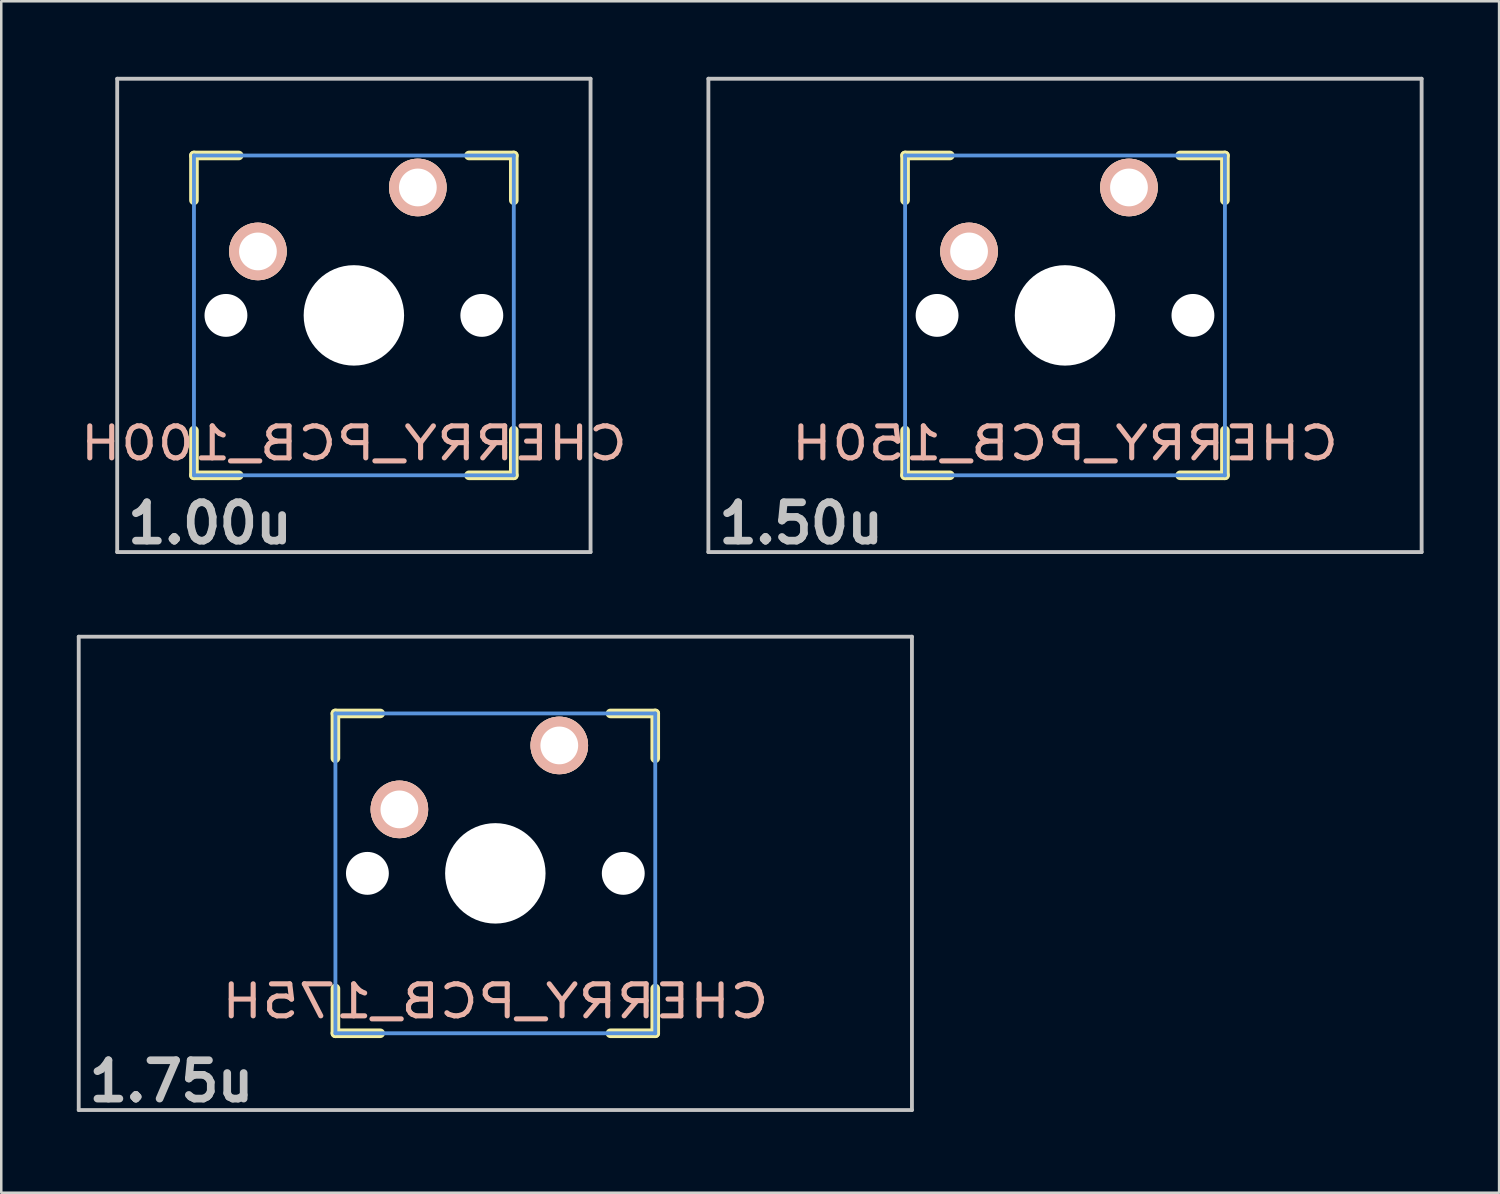
<source format=kicad_pcb>
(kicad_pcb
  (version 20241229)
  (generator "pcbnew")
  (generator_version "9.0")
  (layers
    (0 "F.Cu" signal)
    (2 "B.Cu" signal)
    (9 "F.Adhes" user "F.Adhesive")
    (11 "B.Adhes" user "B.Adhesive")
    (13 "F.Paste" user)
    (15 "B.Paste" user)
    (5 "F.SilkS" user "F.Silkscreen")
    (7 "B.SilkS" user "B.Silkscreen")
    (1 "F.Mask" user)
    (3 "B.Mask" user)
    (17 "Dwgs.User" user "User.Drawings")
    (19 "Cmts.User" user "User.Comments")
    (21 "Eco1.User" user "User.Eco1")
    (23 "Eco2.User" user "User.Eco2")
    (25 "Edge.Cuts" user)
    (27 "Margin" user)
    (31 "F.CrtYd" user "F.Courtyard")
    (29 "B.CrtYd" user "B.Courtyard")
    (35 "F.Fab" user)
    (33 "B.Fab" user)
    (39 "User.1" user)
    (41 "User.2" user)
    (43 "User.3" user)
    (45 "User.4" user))
  (footprint "CHERRY_PCB_150H"
    (layer "F.Cu")
    (at 39.24 9.474)
    (property "Reference" "CHERRY_PCB_150H" (at 0 5.08 0) (layer "B.SilkS") (effects (font (size 1.27 1.524) (thickness 0.203)) (justify mirror)))
    (attr through_hole)
    (fp_line (start -6.35 -6.35) (end -4.572 -6.35) (stroke (width 0.381) (type solid)) (layer "F.SilkS"))
    (fp_line (start -6.35 -4.572) (end -6.35 -6.35) (stroke (width 0.381) (type solid)) (layer "F.SilkS"))
    (fp_line (start -6.35 6.35) (end -6.35 4.572) (stroke (width 0.381) (type solid)) (layer "F.SilkS"))
    (fp_line (start -4.572 6.35) (end -6.35 6.35) (stroke (width 0.381) (type solid)) (layer "F.SilkS"))
    (fp_line (start 4.572 -6.35) (end 6.35 -6.35) (stroke (width 0.381) (type solid)) (layer "F.SilkS"))
    (fp_line (start 6.35 -6.35) (end 6.35 -4.572) (stroke (width 0.381) (type solid)) (layer "F.SilkS"))
    (fp_line (start 6.35 4.572) (end 6.35 6.35) (stroke (width 0.381) (type solid)) (layer "F.SilkS"))
    (fp_line (start 6.35 6.35) (end 4.572 6.35) (stroke (width 0.381) (type solid)) (layer "F.SilkS"))
    (fp_line (start -14.161 -9.398) (end 14.161 -9.398) (stroke (width 0.152) (type solid)) (layer "Dwgs.User"))
    (fp_line (start -14.161 9.398) (end -14.161 -9.398) (stroke (width 0.152) (type solid)) (layer "Dwgs.User"))
    (fp_line (start 14.161 -9.398) (end 14.161 9.398) (stroke (width 0.152) (type solid)) (layer "Dwgs.User"))
    (fp_line (start 14.161 9.398) (end -14.161 9.398) (stroke (width 0.152) (type solid)) (layer "Dwgs.User"))
    (fp_line (start -6.35 -6.35) (end 6.35 -6.35) (stroke (width 0.152) (type solid)) (layer "Cmts.User"))
    (fp_line (start -6.35 6.35) (end -6.35 -6.35) (stroke (width 0.152) (type solid)) (layer "Cmts.User"))
    (fp_line (start 6.35 -6.35) (end 6.35 6.35) (stroke (width 0.152) (type solid)) (layer "Cmts.User"))
    (fp_line (start 6.35 6.35) (end -6.35 6.35) (stroke (width 0.152) (type solid)) (layer "Cmts.User"))
    (fp_line (start -6.985 -6.985) (end 6.985 -6.985) (stroke (width 0.152) (type solid)) (layer "Eco2.User"))
    (fp_line (start -6.985 6.985) (end -6.985 -6.985) (stroke (width 0.152) (type solid)) (layer "Eco2.User"))
    (fp_line (start 6.985 -6.985) (end 6.985 6.985) (stroke (width 0.152) (type solid)) (layer "Eco2.User"))
    (fp_line (start 6.985 6.985) (end -6.985 6.985) (stroke (width 0.152) (type solid)) (layer "Eco2.User"))
    (fp_text user "1.50u" (at -10.477 8.255 0) (layer "Dwgs.User") (effects (font (size 1.524 1.524) (thickness 0.305))))
    (pad "" np_thru_hole circle (at -5.08 0) (size 1.702 1.702) (drill 1.702) (layers "*.Cu"))
    (pad "" np_thru_hole circle (at 0 0) (size 3.988 3.988) (drill 3.988) (layers "*.Cu"))
    (pad "" np_thru_hole circle (at 5.08 0) (size 1.702 1.702) (drill 1.702) (layers "*.Cu"))
    (pad "1" thru_hole circle (at 2.54 -5.08) (size 2.286 2.286) (drill 1.499) (layers "*.Cu" "*.SilkS" "*.Mask"))
    (pad "2" thru_hole circle (at -3.81 -2.54) (size 2.286 2.286) (drill 1.499) (layers "*.Cu" "*.SilkS" "*.Mask")))
  (footprint "CHERRY_PCB_175H"
    (layer "F.Cu")
    (at 16.619 31.63)
    (property "Reference" "CHERRY_PCB_175H" (at 0 5.08 0) (layer "B.SilkS") (effects (font (size 1.27 1.524) (thickness 0.203)) (justify mirror)))
    (attr through_hole)
    (fp_line (start -6.35 -6.35) (end -4.572 -6.35) (stroke (width 0.381) (type solid)) (layer "F.SilkS"))
    (fp_line (start -6.35 -4.572) (end -6.35 -6.35) (stroke (width 0.381) (type solid)) (layer "F.SilkS"))
    (fp_line (start -6.35 6.35) (end -6.35 4.572) (stroke (width 0.381) (type solid)) (layer "F.SilkS"))
    (fp_line (start -4.572 6.35) (end -6.35 6.35) (stroke (width 0.381) (type solid)) (layer "F.SilkS"))
    (fp_line (start 4.572 -6.35) (end 6.35 -6.35) (stroke (width 0.381) (type solid)) (layer "F.SilkS"))
    (fp_line (start 6.35 -6.35) (end 6.35 -4.572) (stroke (width 0.381) (type solid)) (layer "F.SilkS"))
    (fp_line (start 6.35 4.572) (end 6.35 6.35) (stroke (width 0.381) (type solid)) (layer "F.SilkS"))
    (fp_line (start 6.35 6.35) (end 4.572 6.35) (stroke (width 0.381) (type solid)) (layer "F.SilkS"))
    (fp_line (start -16.543 -9.398) (end 16.543 -9.398) (stroke (width 0.152) (type solid)) (layer "Dwgs.User"))
    (fp_line (start -16.543 9.398) (end -16.543 -9.398) (stroke (width 0.152) (type solid)) (layer "Dwgs.User"))
    (fp_line (start 16.543 -9.398) (end 16.543 9.398) (stroke (width 0.152) (type solid)) (layer "Dwgs.User"))
    (fp_line (start 16.543 9.398) (end -16.543 9.398) (stroke (width 0.152) (type solid)) (layer "Dwgs.User"))
    (fp_line (start -6.35 -6.35) (end 6.35 -6.35) (stroke (width 0.152) (type solid)) (layer "Cmts.User"))
    (fp_line (start -6.35 6.35) (end -6.35 -6.35) (stroke (width 0.152) (type solid)) (layer "Cmts.User"))
    (fp_line (start 6.35 -6.35) (end 6.35 6.35) (stroke (width 0.152) (type solid)) (layer "Cmts.User"))
    (fp_line (start 6.35 6.35) (end -6.35 6.35) (stroke (width 0.152) (type solid)) (layer "Cmts.User"))
    (fp_line (start -6.985 -6.985) (end 6.985 -6.985) (stroke (width 0.152) (type solid)) (layer "Eco2.User"))
    (fp_line (start -6.985 6.985) (end -6.985 -6.985) (stroke (width 0.152) (type solid)) (layer "Eco2.User"))
    (fp_line (start 6.985 -6.985) (end 6.985 6.985) (stroke (width 0.152) (type solid)) (layer "Eco2.User"))
    (fp_line (start 6.985 6.985) (end -6.985 6.985) (stroke (width 0.152) (type solid)) (layer "Eco2.User"))
    (fp_text user "1.75u" (at -12.86 8.255 0) (layer "Dwgs.User") (effects (font (size 1.524 1.524) (thickness 0.305))))
    (pad "" np_thru_hole circle (at -5.08 0) (size 1.702 1.702) (drill 1.702) (layers "*.Cu"))
    (pad "" np_thru_hole circle (at 0 0) (size 3.988 3.988) (drill 3.988) (layers "*.Cu"))
    (pad "" np_thru_hole circle (at 5.08 0) (size 1.702 1.702) (drill 1.702) (layers "*.Cu"))
    (pad "1" thru_hole circle (at 2.54 -5.08) (size 2.286 2.286) (drill 1.499) (layers "*.Cu" "*.SilkS" "*.Mask"))
    (pad "2" thru_hole circle (at -3.81 -2.54) (size 2.286 2.286) (drill 1.499) (layers "*.Cu" "*.SilkS" "*.Mask")))
  (footprint "CHERRY_PCB_100H"
    (layer "F.Cu")
    (at 11.002 9.474)
    (property "Reference" "CHERRY_PCB_100H" (at 0 5.08 0) (layer "B.SilkS") (effects (font (size 1.27 1.524) (thickness 0.203)) (justify mirror)))
    (attr through_hole)
    (fp_line (start -6.35 -6.35) (end -4.572 -6.35) (stroke (width 0.381) (type solid)) (layer "F.SilkS"))
    (fp_line (start -6.35 -4.572) (end -6.35 -6.35) (stroke (width 0.381) (type solid)) (layer "F.SilkS"))
    (fp_line (start -6.35 6.35) (end -6.35 4.572) (stroke (width 0.381) (type solid)) (layer "F.SilkS"))
    (fp_line (start -4.572 6.35) (end -6.35 6.35) (stroke (width 0.381) (type solid)) (layer "F.SilkS"))
    (fp_line (start 4.572 -6.35) (end 6.35 -6.35) (stroke (width 0.381) (type solid)) (layer "F.SilkS"))
    (fp_line (start 6.35 -6.35) (end 6.35 -4.572) (stroke (width 0.381) (type solid)) (layer "F.SilkS"))
    (fp_line (start 6.35 4.572) (end 6.35 6.35) (stroke (width 0.381) (type solid)) (layer "F.SilkS"))
    (fp_line (start 6.35 6.35) (end 4.572 6.35) (stroke (width 0.381) (type solid)) (layer "F.SilkS"))
    (fp_line (start -9.398 -9.398) (end 9.398 -9.398) (stroke (width 0.152) (type solid)) (layer "Dwgs.User"))
    (fp_line (start -9.398 9.398) (end -9.398 -9.398) (stroke (width 0.152) (type solid)) (layer "Dwgs.User"))
    (fp_line (start 9.398 -9.398) (end 9.398 9.398) (stroke (width 0.152) (type solid)) (layer "Dwgs.User"))
    (fp_line (start 9.398 9.398) (end -9.398 9.398) (stroke (width 0.152) (type solid)) (layer "Dwgs.User"))
    (fp_line (start -6.35 -6.35) (end 6.35 -6.35) (stroke (width 0.152) (type solid)) (layer "Cmts.User"))
    (fp_line (start -6.35 6.35) (end -6.35 -6.35) (stroke (width 0.152) (type solid)) (layer "Cmts.User"))
    (fp_line (start 6.35 -6.35) (end 6.35 6.35) (stroke (width 0.152) (type solid)) (layer "Cmts.User"))
    (fp_line (start 6.35 6.35) (end -6.35 6.35) (stroke (width 0.152) (type solid)) (layer "Cmts.User"))
    (fp_line (start -6.985 -6.985) (end 6.985 -6.985) (stroke (width 0.152) (type solid)) (layer "Eco2.User"))
    (fp_line (start -6.985 6.985) (end -6.985 -6.985) (stroke (width 0.152) (type solid)) (layer "Eco2.User"))
    (fp_line (start 6.985 -6.985) (end 6.985 6.985) (stroke (width 0.152) (type solid)) (layer "Eco2.User"))
    (fp_line (start 6.985 6.985) (end -6.985 6.985) (stroke (width 0.152) (type solid)) (layer "Eco2.User"))
    (fp_text user "1.00u" (at -5.715 8.255 0) (layer "Dwgs.User") (effects (font (size 1.524 1.524) (thickness 0.305))))
    (pad "" np_thru_hole circle (at -5.08 0) (size 1.702 1.702) (drill 1.702) (layers "*.Cu"))
    (pad "" np_thru_hole circle (at 0 0) (size 3.988 3.988) (drill 3.988) (layers "*.Cu"))
    (pad "" np_thru_hole circle (at 5.08 0) (size 1.702 1.702) (drill 1.702) (layers "*.Cu"))
    (pad "1" thru_hole circle (at 2.54 -5.08) (size 2.286 2.286) (drill 1.499) (layers "*.Cu" "*.SilkS" "*.Mask"))
    (pad "2" thru_hole circle (at -3.81 -2.54) (size 2.286 2.286) (drill 1.499) (layers "*.Cu" "*.SilkS" "*.Mask")))
  (gr_rect
    (start -3 -3)
    (end 56.477 44.311)
    (stroke (width 0.1) (type default))
    (fill no)
    (layer "Edge.Cuts")))
</source>
